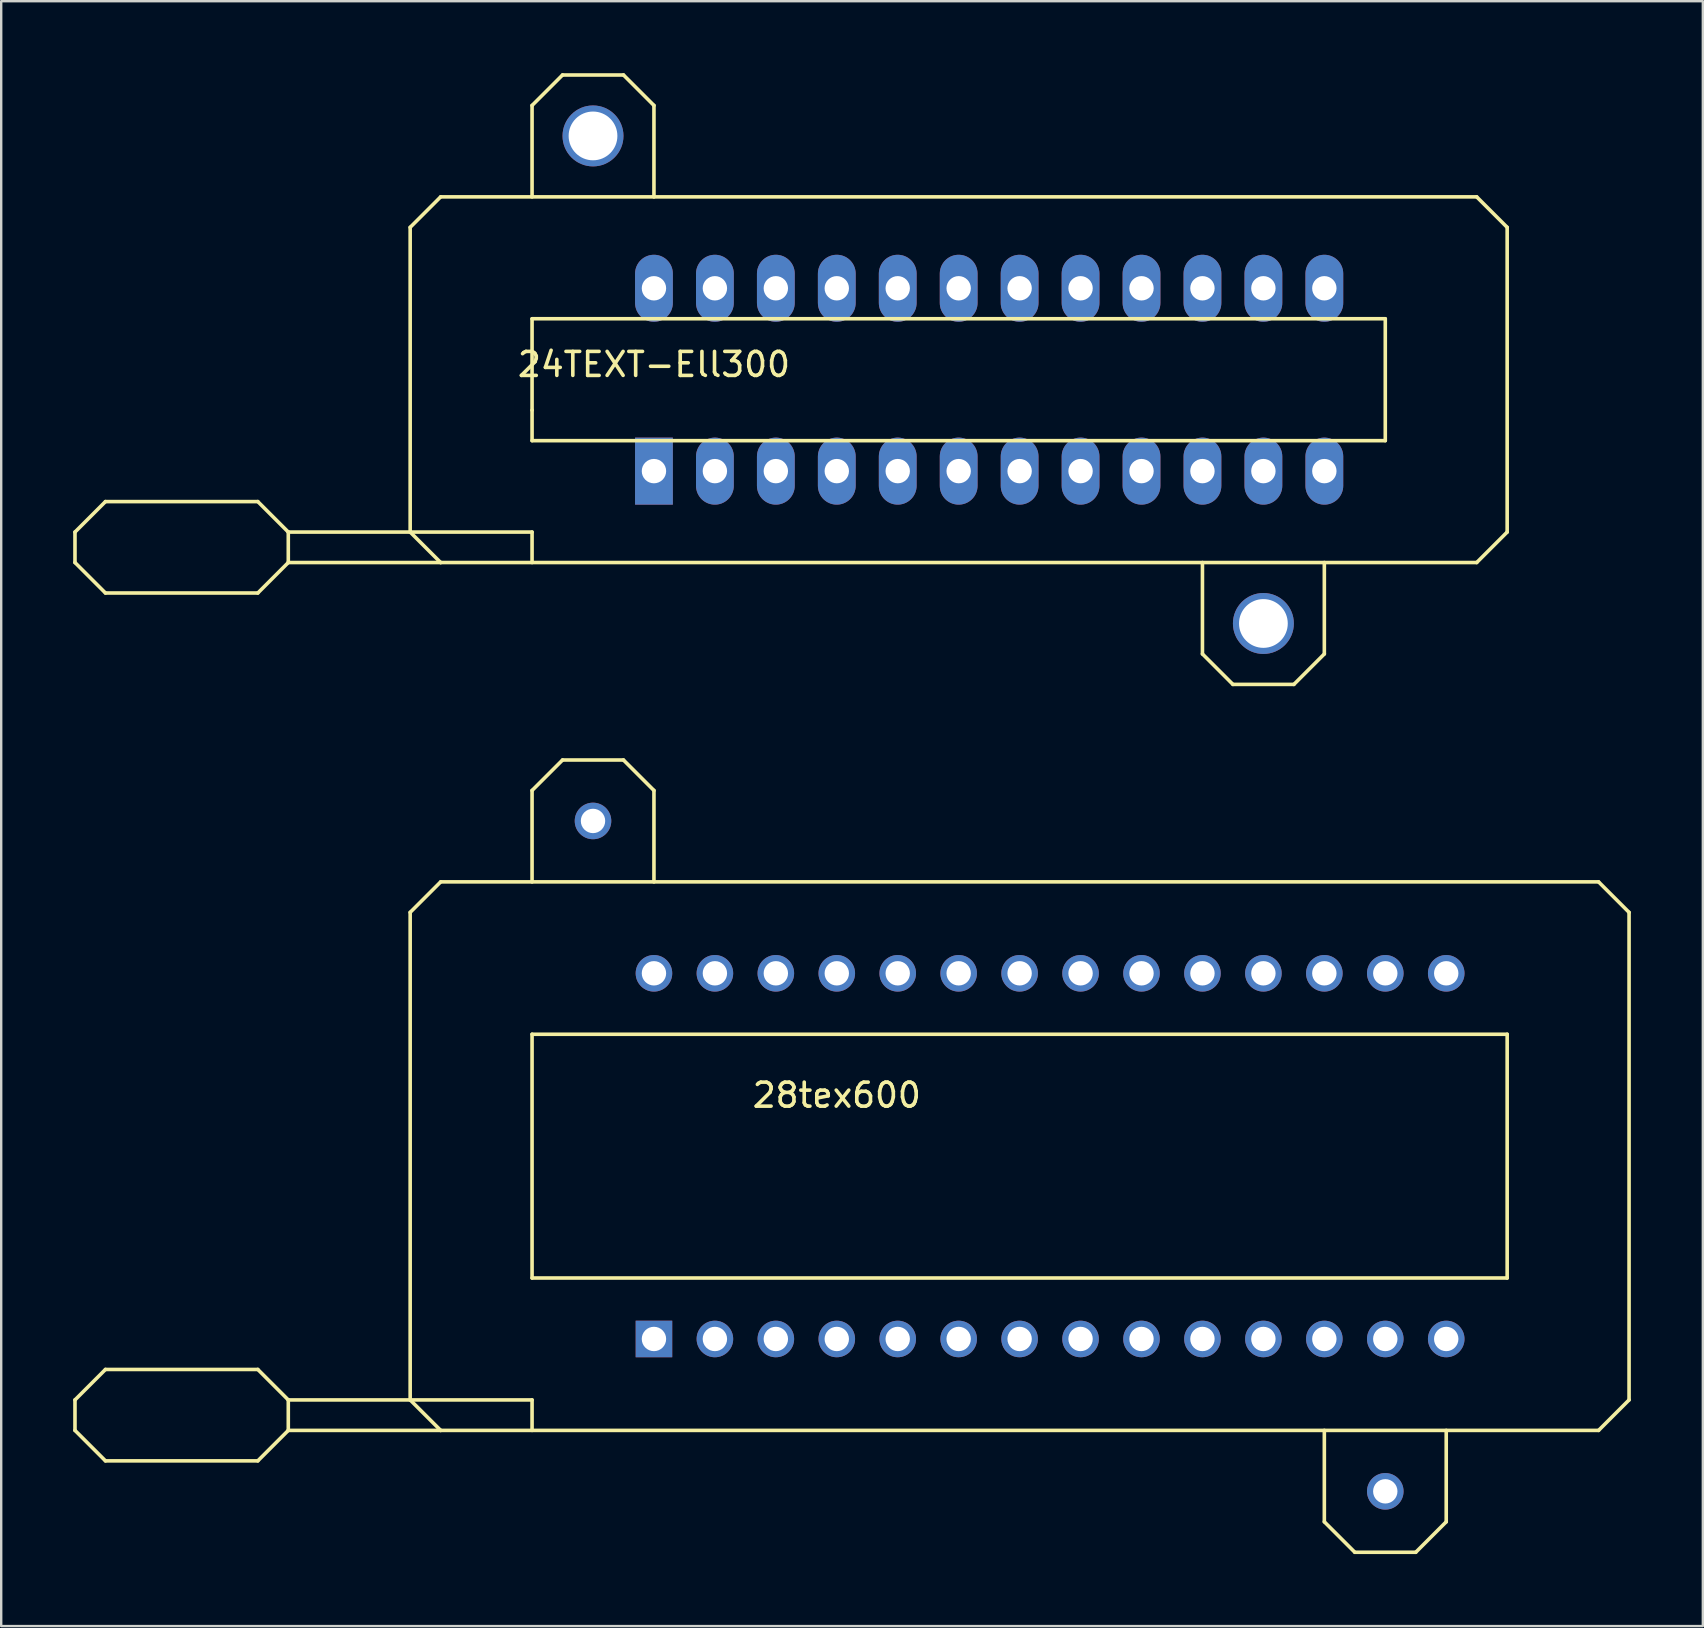
<source format=kicad_pcb>
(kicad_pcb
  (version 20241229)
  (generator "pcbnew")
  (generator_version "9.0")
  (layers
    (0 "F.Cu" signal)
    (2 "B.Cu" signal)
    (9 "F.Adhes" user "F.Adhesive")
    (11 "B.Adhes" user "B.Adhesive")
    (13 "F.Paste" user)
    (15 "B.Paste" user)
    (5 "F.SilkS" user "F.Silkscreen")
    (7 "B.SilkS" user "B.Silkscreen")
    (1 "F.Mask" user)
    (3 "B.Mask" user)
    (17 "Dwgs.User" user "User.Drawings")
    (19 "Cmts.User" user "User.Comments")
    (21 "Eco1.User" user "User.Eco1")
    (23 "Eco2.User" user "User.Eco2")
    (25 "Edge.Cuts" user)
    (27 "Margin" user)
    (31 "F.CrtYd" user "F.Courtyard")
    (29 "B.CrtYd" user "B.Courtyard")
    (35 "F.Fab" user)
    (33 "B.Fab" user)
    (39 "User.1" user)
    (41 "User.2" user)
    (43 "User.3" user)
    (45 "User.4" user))
  (footprint "24TEXT-Ell300"
    (layer "F.Cu")
    (at 38.175 12.775)
    (property "Reference" "24TEXT-Ell300" (at -13.97 -0.635 0) (layer "F.SilkS") (effects (font (size 1 1) (thickness 0.15))))
    (attr through_hole)
    (fp_line (start -38.1 6.35) (end -38.1 7.62) (stroke (width 0.15) (type solid)) (layer "F.SilkS"))
    (fp_line (start -38.1 7.62) (end -36.83 8.89) (stroke (width 0.15) (type solid)) (layer "F.SilkS"))
    (fp_line (start -36.83 5.08) (end -38.1 6.35) (stroke (width 0.15) (type solid)) (layer "F.SilkS"))
    (fp_line (start -36.83 8.89) (end -30.48 8.89) (stroke (width 0.15) (type solid)) (layer "F.SilkS"))
    (fp_line (start -30.48 5.08) (end -36.83 5.08) (stroke (width 0.15) (type solid)) (layer "F.SilkS"))
    (fp_line (start -30.48 5.08) (end -29.21 6.35) (stroke (width 0.15) (type solid)) (layer "F.SilkS"))
    (fp_line (start -30.48 8.89) (end -29.21 7.62) (stroke (width 0.15) (type solid)) (layer "F.SilkS"))
    (fp_line (start -29.21 6.35) (end -29.21 7.62) (stroke (width 0.15) (type solid)) (layer "F.SilkS"))
    (fp_line (start -29.21 6.35) (end -19.05 6.35) (stroke (width 0.15) (type solid)) (layer "F.SilkS"))
    (fp_line (start -29.21 7.62) (end -22.86 7.62) (stroke (width 0.15) (type solid)) (layer "F.SilkS"))
    (fp_line (start -24.13 -6.35) (end -24.13 6.35) (stroke (width 0.15) (type solid)) (layer "F.SilkS"))
    (fp_line (start -24.13 6.35) (end -22.86 7.62) (stroke (width 0.15) (type solid)) (layer "F.SilkS"))
    (fp_line (start -22.86 -7.62) (end -24.13 -6.35) (stroke (width 0.15) (type solid)) (layer "F.SilkS"))
    (fp_line (start -22.86 7.62) (end 20.32 7.62) (stroke (width 0.15) (type solid)) (layer "F.SilkS"))
    (fp_line (start -19.05 -11.43) (end -19.05 -7.62) (stroke (width 0.15) (type solid)) (layer "F.SilkS"))
    (fp_line (start -19.05 -2.54) (end 16.51 -2.54) (stroke (width 0.15) (type solid)) (layer "F.SilkS"))
    (fp_line (start -19.05 1.27) (end -19.05 -2.54) (stroke (width 0.15) (type solid)) (layer "F.SilkS"))
    (fp_line (start -19.05 2.54) (end -19.05 1.27) (stroke (width 0.15) (type solid)) (layer "F.SilkS"))
    (fp_line (start -19.05 6.35) (end -19.05 7.62) (stroke (width 0.15) (type solid)) (layer "F.SilkS"))
    (fp_line (start -17.78 -12.7) (end -19.05 -11.43) (stroke (width 0.15) (type solid)) (layer "F.SilkS"))
    (fp_line (start -15.24 -12.7) (end -17.78 -12.7) (stroke (width 0.15) (type solid)) (layer "F.SilkS"))
    (fp_line (start -13.97 -11.43) (end -15.24 -12.7) (stroke (width 0.15) (type solid)) (layer "F.SilkS"))
    (fp_line (start -13.97 -7.62) (end -13.97 -11.43) (stroke (width 0.15) (type solid)) (layer "F.SilkS"))
    (fp_line (start 8.89 11.43) (end 8.89 7.62) (stroke (width 0.15) (type solid)) (layer "F.SilkS"))
    (fp_line (start 10.16 12.7) (end 8.89 11.43) (stroke (width 0.15) (type solid)) (layer "F.SilkS"))
    (fp_line (start 12.7 12.7) (end 10.16 12.7) (stroke (width 0.15) (type solid)) (layer "F.SilkS"))
    (fp_line (start 13.97 7.62) (end 13.97 11.43) (stroke (width 0.15) (type solid)) (layer "F.SilkS"))
    (fp_line (start 13.97 11.43) (end 12.7 12.7) (stroke (width 0.15) (type solid)) (layer "F.SilkS"))
    (fp_line (start 16.51 -2.54) (end 16.51 2.54) (stroke (width 0.15) (type solid)) (layer "F.SilkS"))
    (fp_line (start 16.51 2.54) (end -19.05 2.54) (stroke (width 0.15) (type solid)) (layer "F.SilkS"))
    (fp_line (start 20.32 -7.62) (end -22.86 -7.62) (stroke (width 0.15) (type solid)) (layer "F.SilkS"))
    (fp_line (start 20.32 7.62) (end 21.59 6.35) (stroke (width 0.15) (type solid)) (layer "F.SilkS"))
    (fp_line (start 21.59 -6.35) (end 20.32 -7.62) (stroke (width 0.15) (type solid)) (layer "F.SilkS"))
    (fp_line (start 21.59 6.35) (end 21.59 -6.35) (stroke (width 0.15) (type solid)) (layer "F.SilkS"))
    (pad "1" thru_hole rect (at -13.97 3.81) (size 1.575 2.794) (drill 1.016) (layers "*.Cu" "*.Mask"))
    (pad "2" thru_hole oval (at -11.43 3.81) (size 1.575 2.794) (drill 1.016) (layers "*.Cu" "*.Mask"))
    (pad "3" thru_hole oval (at -8.89 3.81) (size 1.575 2.794) (drill 1.016) (layers "*.Cu" "*.Mask"))
    (pad "4" thru_hole oval (at -6.35 3.81) (size 1.575 2.794) (drill 1.016) (layers "*.Cu" "*.Mask"))
    (pad "5" thru_hole oval (at -3.81 3.81) (size 1.575 2.794) (drill 1.016) (layers "*.Cu" "*.Mask"))
    (pad "6" thru_hole oval (at -1.27 3.81) (size 1.575 2.794) (drill 1.016) (layers "*.Cu" "*.Mask"))
    (pad "7" thru_hole oval (at 1.27 3.81) (size 1.575 2.794) (drill 1.016) (layers "*.Cu" "*.Mask"))
    (pad "8" thru_hole oval (at 3.81 3.81) (size 1.575 2.794) (drill 1.016) (layers "*.Cu" "*.Mask"))
    (pad "9" thru_hole oval (at 6.35 3.81) (size 1.575 2.794) (drill 1.016) (layers "*.Cu" "*.Mask"))
    (pad "10" thru_hole oval (at 8.89 3.81) (size 1.575 2.794) (drill 1.016) (layers "*.Cu" "*.Mask"))
    (pad "11" thru_hole oval (at 11.43 3.81) (size 1.575 2.794) (drill 1.016) (layers "*.Cu" "*.Mask"))
    (pad "12" thru_hole oval (at 13.97 3.81) (size 1.575 2.794) (drill 1.016) (layers "*.Cu" "*.Mask"))
    (pad "13" thru_hole oval (at 13.97 -3.81) (size 1.575 2.794) (drill 1.016) (layers "*.Cu" "*.Mask"))
    (pad "14" thru_hole oval (at 11.43 -3.81) (size 1.575 2.794) (drill 1.016) (layers "*.Cu" "*.Mask"))
    (pad "15" thru_hole oval (at 8.89 -3.81) (size 1.575 2.794) (drill 1.016) (layers "*.Cu" "*.Mask"))
    (pad "16" thru_hole oval (at 6.35 -3.81) (size 1.575 2.794) (drill 1.016) (layers "*.Cu" "*.Mask"))
    (pad "17" thru_hole oval (at 3.81 -3.81) (size 1.575 2.794) (drill 1.016) (layers "*.Cu" "*.Mask"))
    (pad "18" thru_hole oval (at 1.27 -3.81) (size 1.575 2.794) (drill 1.016) (layers "*.Cu" "*.Mask"))
    (pad "19" thru_hole oval (at -1.27 -3.81) (size 1.575 2.794) (drill 1.016) (layers "*.Cu" "*.Mask"))
    (pad "20" thru_hole oval (at -3.81 -3.81) (size 1.575 2.794) (drill 1.016) (layers "*.Cu" "*.Mask"))
    (pad "21" thru_hole oval (at -6.35 -3.81) (size 1.575 2.794) (drill 1.016) (layers "*.Cu" "*.Mask"))
    (pad "22" thru_hole oval (at -8.89 -3.81) (size 1.575 2.794) (drill 1.016) (layers "*.Cu" "*.Mask"))
    (pad "23" thru_hole oval (at -11.43 -3.81) (size 1.575 2.794) (drill 1.016) (layers "*.Cu" "*.Mask"))
    (pad "24" thru_hole oval (at -13.97 -3.81) (size 1.575 2.794) (drill 1.016) (layers "*.Cu" "*.Mask"))
    (pad "HOLE" thru_hole circle (at -16.51 -10.16) (size 2.54 2.54) (drill 2.032) (layers "*.Cu" "*.Mask"))
    (pad "HOLE" thru_hole circle (at 11.43 10.16) (size 2.54 2.54) (drill 2.032) (layers "*.Cu" "*.Mask")))
  (footprint "28tex600"
    (layer "F.Cu")
    (at 40.715 45.135)
    (property "Reference" "28tex600" (at -8.89 -2.54 0) (layer "F.SilkS") (effects (font (size 1 1) (thickness 0.15))))
    (attr through_hole)
    (fp_line (start -40.64 10.16) (end -40.64 11.43) (stroke (width 0.15) (type solid)) (layer "F.SilkS"))
    (fp_line (start -40.64 11.43) (end -39.37 12.7) (stroke (width 0.15) (type solid)) (layer "F.SilkS"))
    (fp_line (start -39.37 8.89) (end -40.64 10.16) (stroke (width 0.15) (type solid)) (layer "F.SilkS"))
    (fp_line (start -39.37 12.7) (end -33.02 12.7) (stroke (width 0.15) (type solid)) (layer "F.SilkS"))
    (fp_line (start -33.02 8.89) (end -39.37 8.89) (stroke (width 0.15) (type solid)) (layer "F.SilkS"))
    (fp_line (start -33.02 12.7) (end -31.75 11.43) (stroke (width 0.15) (type solid)) (layer "F.SilkS"))
    (fp_line (start -31.75 10.16) (end -33.02 8.89) (stroke (width 0.15) (type solid)) (layer "F.SilkS"))
    (fp_line (start -31.75 10.16) (end -21.59 10.16) (stroke (width 0.15) (type solid)) (layer "F.SilkS"))
    (fp_line (start -31.75 11.43) (end -31.75 10.16) (stroke (width 0.15) (type solid)) (layer "F.SilkS"))
    (fp_line (start -31.75 11.43) (end -25.4 11.43) (stroke (width 0.15) (type solid)) (layer "F.SilkS"))
    (fp_line (start -26.67 -10.16) (end -26.67 10.16) (stroke (width 0.15) (type solid)) (layer "F.SilkS"))
    (fp_line (start -26.67 10.16) (end -25.4 11.43) (stroke (width 0.15) (type solid)) (layer "F.SilkS"))
    (fp_line (start -25.4 -11.43) (end -26.67 -10.16) (stroke (width 0.15) (type solid)) (layer "F.SilkS"))
    (fp_line (start -25.4 11.43) (end 22.86 11.43) (stroke (width 0.15) (type solid)) (layer "F.SilkS"))
    (fp_line (start -21.59 -15.24) (end -21.59 -11.43) (stroke (width 0.15) (type solid)) (layer "F.SilkS"))
    (fp_line (start -21.59 -5.08) (end -21.59 5.08) (stroke (width 0.15) (type solid)) (layer "F.SilkS"))
    (fp_line (start -21.59 5.08) (end 19.05 5.08) (stroke (width 0.15) (type solid)) (layer "F.SilkS"))
    (fp_line (start -21.59 10.16) (end -21.59 11.43) (stroke (width 0.15) (type solid)) (layer "F.SilkS"))
    (fp_line (start -20.32 -16.51) (end -21.59 -15.24) (stroke (width 0.15) (type solid)) (layer "F.SilkS"))
    (fp_line (start -17.78 -16.51) (end -20.32 -16.51) (stroke (width 0.15) (type solid)) (layer "F.SilkS"))
    (fp_line (start -16.51 -15.24) (end -17.78 -16.51) (stroke (width 0.15) (type solid)) (layer "F.SilkS"))
    (fp_line (start -16.51 -11.43) (end -16.51 -15.24) (stroke (width 0.15) (type solid)) (layer "F.SilkS"))
    (fp_line (start 11.43 15.24) (end 11.43 11.43) (stroke (width 0.15) (type solid)) (layer "F.SilkS"))
    (fp_line (start 12.7 16.51) (end 11.43 15.24) (stroke (width 0.15) (type solid)) (layer "F.SilkS"))
    (fp_line (start 15.24 16.51) (end 12.7 16.51) (stroke (width 0.15) (type solid)) (layer "F.SilkS"))
    (fp_line (start 16.51 11.43) (end 16.51 15.24) (stroke (width 0.15) (type solid)) (layer "F.SilkS"))
    (fp_line (start 16.51 15.24) (end 15.24 16.51) (stroke (width 0.15) (type solid)) (layer "F.SilkS"))
    (fp_line (start 19.05 -5.08) (end -21.59 -5.08) (stroke (width 0.15) (type solid)) (layer "F.SilkS"))
    (fp_line (start 19.05 5.08) (end 19.05 -5.08) (stroke (width 0.15) (type solid)) (layer "F.SilkS"))
    (fp_line (start 22.86 -11.43) (end -25.4 -11.43) (stroke (width 0.15) (type solid)) (layer "F.SilkS"))
    (fp_line (start 22.86 11.43) (end 24.13 10.16) (stroke (width 0.15) (type solid)) (layer "F.SilkS"))
    (fp_line (start 24.13 -10.16) (end 22.86 -11.43) (stroke (width 0.15) (type solid)) (layer "F.SilkS"))
    (fp_line (start 24.13 10.16) (end 24.13 -10.16) (stroke (width 0.15) (type solid)) (layer "F.SilkS"))
    (pad "1" thru_hole rect (at -16.51 7.62) (size 1.524 1.524) (drill 1.016) (layers "*.Cu" "*.Mask"))
    (pad "2" thru_hole circle (at -13.97 7.62) (size 1.524 1.524) (drill 1.016) (layers "*.Cu" "*.Mask"))
    (pad "3" thru_hole circle (at -11.43 7.62) (size 1.524 1.524) (drill 1.016) (layers "*.Cu" "*.Mask"))
    (pad "4" thru_hole circle (at -8.89 7.62) (size 1.524 1.524) (drill 1.016) (layers "*.Cu" "*.Mask"))
    (pad "5" thru_hole circle (at -6.35 7.62) (size 1.524 1.524) (drill 1.016) (layers "*.Cu" "*.Mask"))
    (pad "6" thru_hole circle (at -3.81 7.62) (size 1.524 1.524) (drill 1.016) (layers "*.Cu" "*.Mask"))
    (pad "7" thru_hole circle (at -1.27 7.62) (size 1.524 1.524) (drill 1.016) (layers "*.Cu" "*.Mask"))
    (pad "8" thru_hole circle (at 1.27 7.62) (size 1.524 1.524) (drill 1.016) (layers "*.Cu" "*.Mask"))
    (pad "9" thru_hole circle (at 3.81 7.62) (size 1.524 1.524) (drill 1.016) (layers "*.Cu" "*.Mask"))
    (pad "10" thru_hole circle (at 6.35 7.62) (size 1.524 1.524) (drill 1.016) (layers "*.Cu" "*.Mask"))
    (pad "11" thru_hole circle (at 8.89 7.62) (size 1.524 1.524) (drill 1.016) (layers "*.Cu" "*.Mask"))
    (pad "12" thru_hole circle (at 11.43 7.62) (size 1.524 1.524) (drill 1.016) (layers "*.Cu" "*.Mask"))
    (pad "13" thru_hole circle (at 13.97 7.62) (size 1.524 1.524) (drill 1.016) (layers "*.Cu" "*.Mask"))
    (pad "14" thru_hole circle (at 16.51 7.62) (size 1.524 1.524) (drill 1.016) (layers "*.Cu" "*.Mask"))
    (pad "15" thru_hole circle (at 16.51 -7.62) (size 1.524 1.524) (drill 1.016) (layers "*.Cu" "*.Mask"))
    (pad "16" thru_hole circle (at 13.97 -7.62) (size 1.524 1.524) (drill 1.016) (layers "*.Cu" "*.Mask"))
    (pad "17" thru_hole circle (at 11.43 -7.62) (size 1.524 1.524) (drill 1.016) (layers "*.Cu" "*.Mask"))
    (pad "18" thru_hole circle (at 8.89 -7.62) (size 1.524 1.524) (drill 1.016) (layers "*.Cu" "*.Mask"))
    (pad "19" thru_hole circle (at 6.35 -7.62) (size 1.524 1.524) (drill 1.016) (layers "*.Cu" "*.Mask"))
    (pad "20" thru_hole circle (at 3.81 -7.62) (size 1.524 1.524) (drill 1.016) (layers "*.Cu" "*.Mask"))
    (pad "21" thru_hole circle (at 1.27 -7.62) (size 1.524 1.524) (drill 1.016) (layers "*.Cu" "*.Mask"))
    (pad "22" thru_hole circle (at -1.27 -7.62) (size 1.524 1.524) (drill 1.016) (layers "*.Cu" "*.Mask"))
    (pad "23" thru_hole circle (at -3.81 -7.62) (size 1.524 1.524) (drill 1.016) (layers "*.Cu" "*.Mask"))
    (pad "24" thru_hole circle (at -6.35 -7.62) (size 1.524 1.524) (drill 1.016) (layers "*.Cu" "*.Mask"))
    (pad "25" thru_hole circle (at -8.89 -7.62) (size 1.524 1.524) (drill 1.016) (layers "*.Cu" "*.Mask"))
    (pad "26" thru_hole circle (at -11.43 -7.62) (size 1.524 1.524) (drill 1.016) (layers "*.Cu" "*.Mask"))
    (pad "27" thru_hole circle (at -13.97 -7.62) (size 1.524 1.524) (drill 1.016) (layers "*.Cu" "*.Mask"))
    (pad "28" thru_hole circle (at -16.51 -7.62) (size 1.524 1.524) (drill 1.016) (layers "*.Cu" "*.Mask"))
    (pad "HOLE" thru_hole circle (at -19.05 -13.97) (size 1.524 1.524) (drill 1.016) (layers "*.Cu" "*.Mask"))
    (pad "HOLE" thru_hole circle (at 13.97 13.97) (size 1.524 1.524) (drill 1.016) (layers "*.Cu" "*.Mask")))
  (gr_rect
    (start -3 -3)
    (end 67.92 64.72)
    (stroke (width 0.1) (type default))
    (fill no)
    (layer "Edge.Cuts")))
</source>
